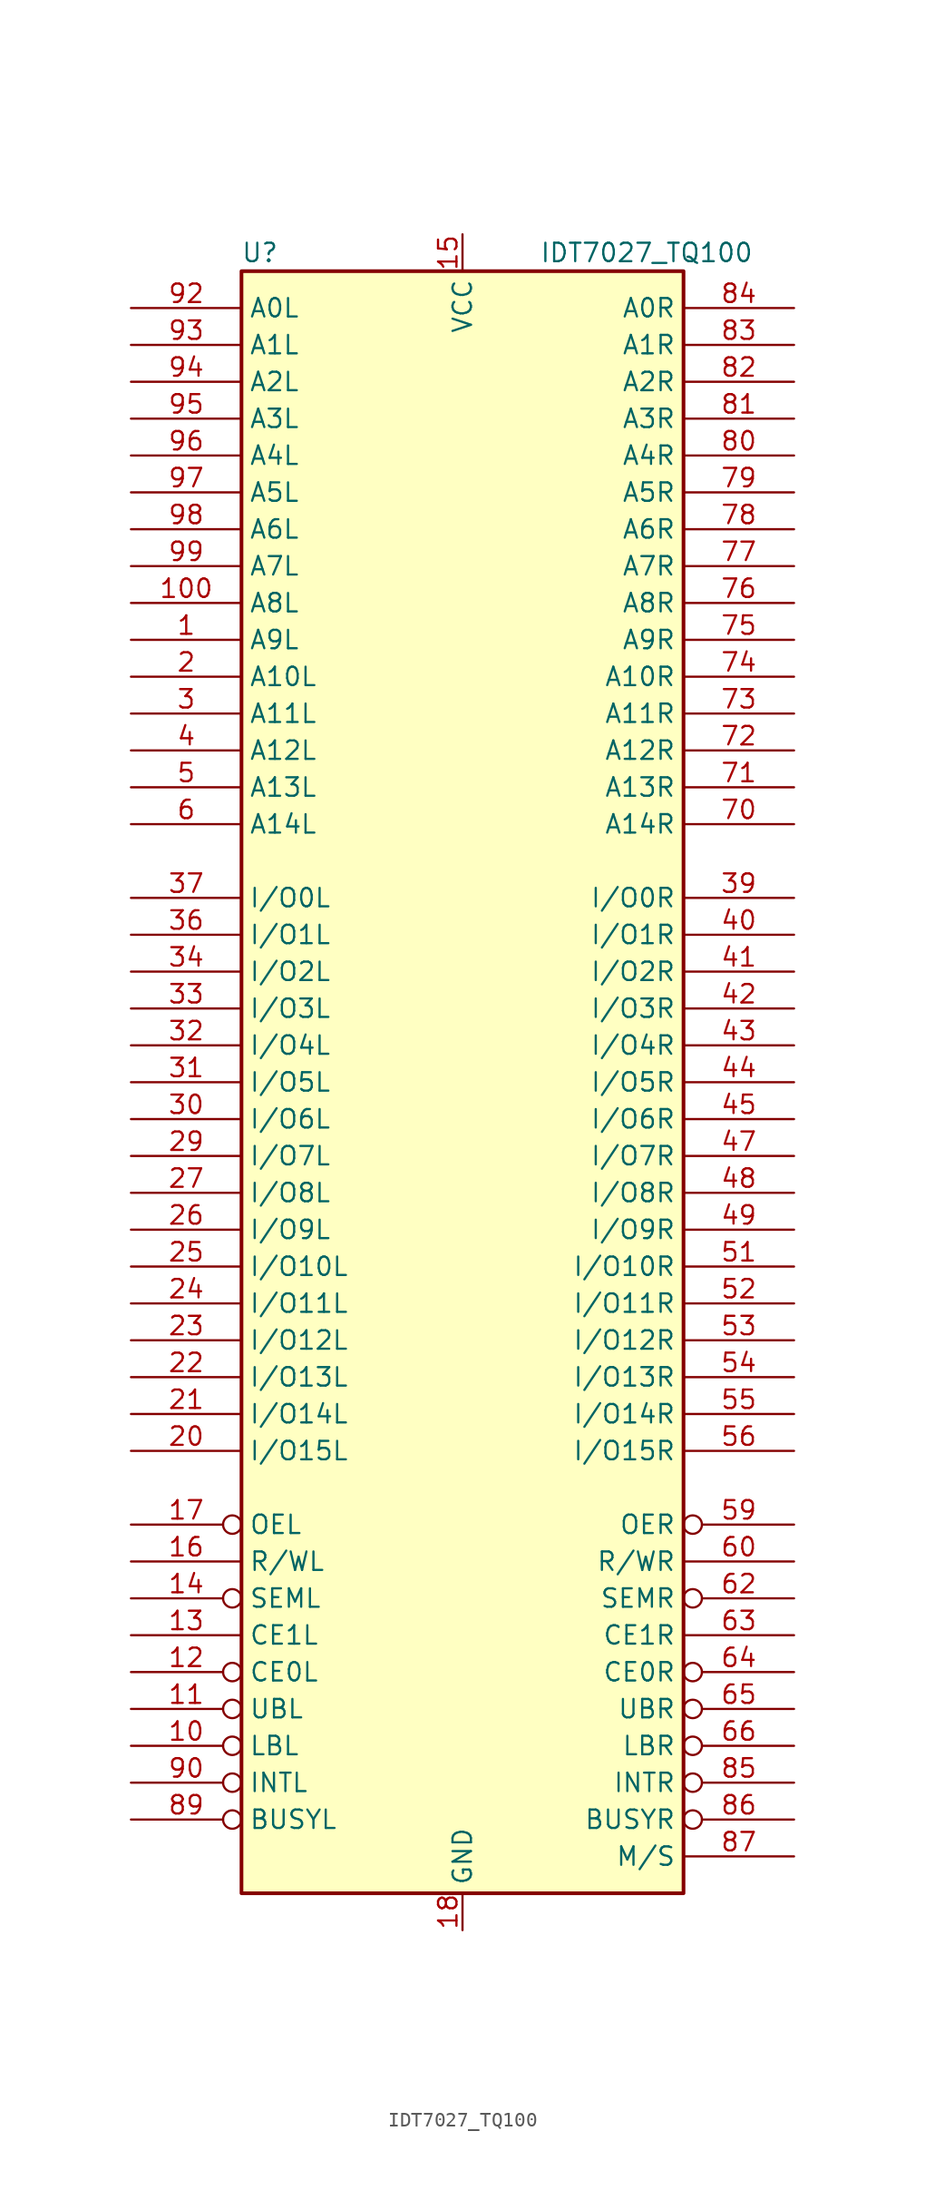
<source format=kicad_sym>
(kicad_symbol_lib
  (version 20220914)
  (generator kicad_symbol_editor)
  (symbol "IDT7027_TQ100"
    (property "Reference" "U"
      (at -13.97 57.15 0)
      (effects (font (size 1.27 1.27))))
    (property "Value" "IDT7027_TQ100"
      (at 12.7 57.15 0)
      (effects (font (size 1.27 1.27))))
    (symbol "IDT7027_TQ100_0_1"
      (rectangle (start -15.24 55.88) (end 15.24 -55.88) (stroke (width 0.254) (type default)) (fill (type background))))
    (symbol "IDT7027_TQ100_1_1"
      (pin input line (at -22.86 30.48 0) (length 7.62) (name "A9L" (effects (font (size 1.27 1.27)))) (number "1" (effects (font (size 1.27 1.27)))))
      (pin input inverted (at -22.86 -45.72 0) (length 7.62) (name "LBL" (effects (font (size 1.27 1.27)))) (number "10" (effects (font (size 1.27 1.27)))))
      (pin input line (at -22.86 33.02 0) (length 7.62) (name "A8L" (effects (font (size 1.27 1.27)))) (number "100" (effects (font (size 1.27 1.27)))))
      (pin input inverted (at -22.86 -43.18 0) (length 7.62) (name "UBL" (effects (font (size 1.27 1.27)))) (number "11" (effects (font (size 1.27 1.27)))))
      (pin input inverted (at -22.86 -40.64 0) (length 7.62) (name "CE0L" (effects (font (size 1.27 1.27)))) (number "12" (effects (font (size 1.27 1.27)))))
      (pin input line (at -22.86 -38.1 0) (length 7.62) (name "CE1L" (effects (font (size 1.27 1.27)))) (number "13" (effects (font (size 1.27 1.27)))))
      (pin input inverted (at -22.86 -35.56 0) (length 7.62) (name "SEML" (effects (font (size 1.27 1.27)))) (number "14" (effects (font (size 1.27 1.27)))))
      (pin power_in line (at 0 58.42 270) (length 2.54) (name "VCC" (effects (font (size 1.27 1.27)))) (number "15" (effects (font (size 1.27 1.27)))))
      (pin input line (at -22.86 -33.02 0) (length 7.62) (name "R/WL" (effects (font (size 1.27 1.27)))) (number "16" (effects (font (size 1.27 1.27)))))
      (pin input inverted (at -22.86 -30.48 0) (length 7.62) (name "OEL" (effects (font (size 1.27 1.27)))) (number "17" (effects (font (size 1.27 1.27)))))
      (pin power_in line (at 0 -58.42 90) (length 2.54) (name "GND" (effects (font (size 1.27 1.27)))) (number "18" (effects (font (size 1.27 1.27)))))
      (pin passive line (at 0 -58.42 90) (length 2.54) hide (name "GND" (effects (font (size 1.27 1.27)))) (number "19" (effects (font (size 1.27 1.27)))))
      (pin input line (at -22.86 27.94 0) (length 7.62) (name "A10L" (effects (font (size 1.27 1.27)))) (number "2" (effects (font (size 1.27 1.27)))))
      (pin bidirectional line (at -22.86 -25.4 0) (length 7.62) (name "I/O15L" (effects (font (size 1.27 1.27)))) (number "20" (effects (font (size 1.27 1.27)))))
      (pin bidirectional line (at -22.86 -22.86 0) (length 7.62) (name "I/O14L" (effects (font (size 1.27 1.27)))) (number "21" (effects (font (size 1.27 1.27)))))
      (pin bidirectional line (at -22.86 -20.32 0) (length 7.62) (name "I/O13L" (effects (font (size 1.27 1.27)))) (number "22" (effects (font (size 1.27 1.27)))))
      (pin bidirectional line (at -22.86 -17.78 0) (length 7.62) (name "I/O12L" (effects (font (size 1.27 1.27)))) (number "23" (effects (font (size 1.27 1.27)))))
      (pin bidirectional line (at -22.86 -15.24 0) (length 7.62) (name "I/O11L" (effects (font (size 1.27 1.27)))) (number "24" (effects (font (size 1.27 1.27)))))
      (pin bidirectional line (at -22.86 -12.7 0) (length 7.62) (name "I/O10L" (effects (font (size 1.27 1.27)))) (number "25" (effects (font (size 1.27 1.27)))))
      (pin bidirectional line (at -22.86 -10.16 0) (length 7.62) (name "I/O9L" (effects (font (size 1.27 1.27)))) (number "26" (effects (font (size 1.27 1.27)))))
      (pin bidirectional line (at -22.86 -7.62 0) (length 7.62) (name "I/O8L" (effects (font (size 1.27 1.27)))) (number "27" (effects (font (size 1.27 1.27)))))
      (pin passive line (at 0 58.42 270) (length 2.54) hide (name "VCC" (effects (font (size 0.762 0.762)))) (number "28" (effects (font (size 0.762 0.762)))))
      (pin bidirectional line (at -22.86 -5.08 0) (length 7.62) (name "I/O7L" (effects (font (size 1.27 1.27)))) (number "29" (effects (font (size 1.27 1.27)))))
      (pin input line (at -22.86 25.4 0) (length 7.62) (name "A11L" (effects (font (size 1.27 1.27)))) (number "3" (effects (font (size 1.27 1.27)))))
      (pin bidirectional line (at -22.86 -2.54 0) (length 7.62) (name "I/O6L" (effects (font (size 1.27 1.27)))) (number "30" (effects (font (size 1.27 1.27)))))
      (pin bidirectional line (at -22.86 0 0) (length 7.62) (name "I/O5L" (effects (font (size 1.27 1.27)))) (number "31" (effects (font (size 1.27 1.27)))))
      (pin bidirectional line (at -22.86 2.54 0) (length 7.62) (name "I/O4L" (effects (font (size 1.27 1.27)))) (number "32" (effects (font (size 1.27 1.27)))))
      (pin bidirectional line (at -22.86 5.08 0) (length 7.62) (name "I/O3L" (effects (font (size 1.27 1.27)))) (number "33" (effects (font (size 1.27 1.27)))))
      (pin bidirectional line (at -22.86 7.62 0) (length 7.62) (name "I/O2L" (effects (font (size 1.27 1.27)))) (number "34" (effects (font (size 1.27 1.27)))))
      (pin passive line (at 0 -58.42 90) (length 2.54) hide (name "GND" (effects (font (size 0.762 0.762)))) (number "35" (effects (font (size 0.762 0.762)))))
      (pin bidirectional line (at -22.86 10.16 0) (length 7.62) (name "I/O1L" (effects (font (size 1.27 1.27)))) (number "36" (effects (font (size 1.27 1.27)))))
      (pin bidirectional line (at -22.86 12.7 0) (length 7.62) (name "I/O0L" (effects (font (size 1.27 1.27)))) (number "37" (effects (font (size 1.27 1.27)))))
      (pin passive line (at 0 -58.42 90) (length 2.54) hide (name "GND" (effects (font (size 0.762 0.762)))) (number "38" (effects (font (size 0.762 0.762)))))
      (pin bidirectional line (at 22.86 12.7 180) (length 7.62) (name "I/O0R" (effects (font (size 1.27 1.27)))) (number "39" (effects (font (size 1.27 1.27)))))
      (pin input line (at -22.86 22.86 0) (length 7.62) (name "A12L" (effects (font (size 1.27 1.27)))) (number "4" (effects (font (size 1.27 1.27)))))
      (pin bidirectional line (at 22.86 10.16 180) (length 7.62) (name "I/O1R" (effects (font (size 1.27 1.27)))) (number "40" (effects (font (size 1.27 1.27)))))
      (pin bidirectional line (at 22.86 7.62 180) (length 7.62) (name "I/O2R" (effects (font (size 1.27 1.27)))) (number "41" (effects (font (size 1.27 1.27)))))
      (pin bidirectional line (at 22.86 5.08 180) (length 7.62) (name "I/O3R" (effects (font (size 1.27 1.27)))) (number "42" (effects (font (size 1.27 1.27)))))
      (pin bidirectional line (at 22.86 2.54 180) (length 7.62) (name "I/O4R" (effects (font (size 1.27 1.27)))) (number "43" (effects (font (size 1.27 1.27)))))
      (pin bidirectional line (at 22.86 0 180) (length 7.62) (name "I/O5R" (effects (font (size 1.27 1.27)))) (number "44" (effects (font (size 1.27 1.27)))))
      (pin bidirectional line (at 22.86 -2.54 180) (length 7.62) (name "I/O6R" (effects (font (size 1.27 1.27)))) (number "45" (effects (font (size 1.27 1.27)))))
      (pin passive line (at 0 58.42 270) (length 2.54) hide (name "VCC" (effects (font (size 0.762 0.762)))) (number "46" (effects (font (size 0.762 0.762)))))
      (pin bidirectional line (at 22.86 -5.08 180) (length 7.62) (name "I/O7R" (effects (font (size 1.27 1.27)))) (number "47" (effects (font (size 1.27 1.27)))))
      (pin bidirectional line (at 22.86 -7.62 180) (length 7.62) (name "I/O8R" (effects (font (size 1.27 1.27)))) (number "48" (effects (font (size 1.27 1.27)))))
      (pin bidirectional line (at 22.86 -10.16 180) (length 7.62) (name "I/O9R" (effects (font (size 1.27 1.27)))) (number "49" (effects (font (size 1.27 1.27)))))
      (pin input line (at -22.86 20.32 0) (length 7.62) (name "A13L" (effects (font (size 1.27 1.27)))) (number "5" (effects (font (size 1.27 1.27)))))
      (pin bidirectional line (at 22.86 -12.7 180) (length 7.62) (name "I/O10R" (effects (font (size 1.27 1.27)))) (number "51" (effects (font (size 1.27 1.27)))))
      (pin bidirectional line (at 22.86 -15.24 180) (length 7.62) (name "I/O11R" (effects (font (size 1.27 1.27)))) (number "52" (effects (font (size 1.27 1.27)))))
      (pin bidirectional line (at 22.86 -17.78 180) (length 7.62) (name "I/O12R" (effects (font (size 1.27 1.27)))) (number "53" (effects (font (size 1.27 1.27)))))
      (pin bidirectional line (at 22.86 -20.32 180) (length 7.62) (name "I/O13R" (effects (font (size 1.27 1.27)))) (number "54" (effects (font (size 1.27 1.27)))))
      (pin bidirectional line (at 22.86 -22.86 180) (length 7.62) (name "I/O14R" (effects (font (size 1.27 1.27)))) (number "55" (effects (font (size 1.27 1.27)))))
      (pin bidirectional line (at 22.86 -25.4 180) (length 7.62) (name "I/O15R" (effects (font (size 1.27 1.27)))) (number "56" (effects (font (size 1.27 1.27)))))
      (pin passive line (at 0 -58.42 90) (length 2.54) hide (name "GND" (effects (font (size 0.762 0.762)))) (number "57" (effects (font (size 0.762 0.762)))))
      (pin passive line (at 0 -58.42 90) (length 2.54) hide (name "GND" (effects (font (size 0.762 0.762)))) (number "58" (effects (font (size 0.762 0.762)))))
      (pin input inverted (at 22.86 -30.48 180) (length 7.62) (name "OER" (effects (font (size 1.27 1.27)))) (number "59" (effects (font (size 1.27 1.27)))))
      (pin input line (at -22.86 17.78 0) (length 7.62) (name "A14L" (effects (font (size 1.27 1.27)))) (number "6" (effects (font (size 1.27 1.27)))))
      (pin input line (at 22.86 -33.02 180) (length 7.62) (name "R/WR" (effects (font (size 1.27 1.27)))) (number "60" (effects (font (size 1.27 1.27)))))
      (pin passive line (at 0 -58.42 90) (length 2.54) hide (name "GND" (effects (font (size 0.762 0.762)))) (number "61" (effects (font (size 0.762 0.762)))))
      (pin input inverted (at 22.86 -35.56 180) (length 7.62) (name "SEMR" (effects (font (size 1.27 1.27)))) (number "62" (effects (font (size 1.27 1.27)))))
      (pin input line (at 22.86 -38.1 180) (length 7.62) (name "CE1R" (effects (font (size 1.27 1.27)))) (number "63" (effects (font (size 1.27 1.27)))))
      (pin input inverted (at 22.86 -40.64 180) (length 7.62) (name "CE0R" (effects (font (size 1.27 1.27)))) (number "64" (effects (font (size 1.27 1.27)))))
      (pin input inverted (at 22.86 -43.18 180) (length 7.62) (name "UBR" (effects (font (size 1.27 1.27)))) (number "65" (effects (font (size 1.27 1.27)))))
      (pin input inverted (at 22.86 -45.72 180) (length 7.62) (name "LBR" (effects (font (size 1.27 1.27)))) (number "66" (effects (font (size 1.27 1.27)))))
      (pin input line (at 22.86 17.78 180) (length 7.62) (name "A14R" (effects (font (size 1.27 1.27)))) (number "70" (effects (font (size 1.27 1.27)))))
      (pin input line (at 22.86 20.32 180) (length 7.62) (name "A13R" (effects (font (size 1.27 1.27)))) (number "71" (effects (font (size 1.27 1.27)))))
      (pin input line (at 22.86 22.86 180) (length 7.62) (name "A12R" (effects (font (size 1.27 1.27)))) (number "72" (effects (font (size 1.27 1.27)))))
      (pin input line (at 22.86 25.4 180) (length 7.62) (name "A11R" (effects (font (size 1.27 1.27)))) (number "73" (effects (font (size 1.27 1.27)))))
      (pin input line (at 22.86 27.94 180) (length 7.62) (name "A10R" (effects (font (size 1.27 1.27)))) (number "74" (effects (font (size 1.27 1.27)))))
      (pin input line (at 22.86 30.48 180) (length 7.62) (name "A9R" (effects (font (size 1.27 1.27)))) (number "75" (effects (font (size 1.27 1.27)))))
      (pin input line (at 22.86 33.02 180) (length 7.62) (name "A8R" (effects (font (size 1.27 1.27)))) (number "76" (effects (font (size 1.27 1.27)))))
      (pin input line (at 22.86 35.56 180) (length 7.62) (name "A7R" (effects (font (size 1.27 1.27)))) (number "77" (effects (font (size 1.27 1.27)))))
      (pin input line (at 22.86 38.1 180) (length 7.62) (name "A6R" (effects (font (size 1.27 1.27)))) (number "78" (effects (font (size 1.27 1.27)))))
      (pin input line (at 22.86 40.64 180) (length 7.62) (name "A5R" (effects (font (size 1.27 1.27)))) (number "79" (effects (font (size 1.27 1.27)))))
      (pin input line (at 22.86 43.18 180) (length 7.62) (name "A4R" (effects (font (size 1.27 1.27)))) (number "80" (effects (font (size 1.27 1.27)))))
      (pin input line (at 22.86 45.72 180) (length 7.62) (name "A3R" (effects (font (size 1.27 1.27)))) (number "81" (effects (font (size 1.27 1.27)))))
      (pin input line (at 22.86 48.26 180) (length 7.62) (name "A2R" (effects (font (size 1.27 1.27)))) (number "82" (effects (font (size 1.27 1.27)))))
      (pin input line (at 22.86 50.8 180) (length 7.62) (name "A1R" (effects (font (size 1.27 1.27)))) (number "83" (effects (font (size 1.27 1.27)))))
      (pin input line (at 22.86 53.34 180) (length 7.62) (name "A0R" (effects (font (size 1.27 1.27)))) (number "84" (effects (font (size 1.27 1.27)))))
      (pin output inverted (at 22.86 -48.26 180) (length 7.62) (name "INTR" (effects (font (size 1.27 1.27)))) (number "85" (effects (font (size 1.27 1.27)))))
      (pin bidirectional inverted (at 22.86 -50.8 180) (length 7.62) (name "BUSYR" (effects (font (size 1.27 1.27)))) (number "86" (effects (font (size 1.27 1.27)))))
      (pin input line (at 22.86 -53.34 180) (length 7.62) (name "M/S" (effects (font (size 1.27 1.27)))) (number "87" (effects (font (size 1.27 1.27)))))
      (pin passive line (at 0 -58.42 90) (length 2.54) hide (name "GND" (effects (font (size 0.762 0.762)))) (number "88" (effects (font (size 0.762 0.762)))))
      (pin bidirectional inverted (at -22.86 -50.8 0) (length 7.62) (name "BUSYL" (effects (font (size 1.27 1.27)))) (number "89" (effects (font (size 1.27 1.27)))))
      (pin output inverted (at -22.86 -48.26 0) (length 7.62) (name "INTL" (effects (font (size 1.27 1.27)))) (number "90" (effects (font (size 1.27 1.27)))))
      (pin input line (at -22.86 53.34 0) (length 7.62) (name "A0L" (effects (font (size 1.27 1.27)))) (number "92" (effects (font (size 1.27 1.27)))))
      (pin input line (at -22.86 50.8 0) (length 7.62) (name "A1L" (effects (font (size 1.27 1.27)))) (number "93" (effects (font (size 1.27 1.27)))))
      (pin input line (at -22.86 48.26 0) (length 7.62) (name "A2L" (effects (font (size 1.27 1.27)))) (number "94" (effects (font (size 1.27 1.27)))))
      (pin input line (at -22.86 45.72 0) (length 7.62) (name "A3L" (effects (font (size 1.27 1.27)))) (number "95" (effects (font (size 1.27 1.27)))))
      (pin input line (at -22.86 43.18 0) (length 7.62) (name "A4L" (effects (font (size 1.27 1.27)))) (number "96" (effects (font (size 1.27 1.27)))))
      (pin input line (at -22.86 40.64 0) (length 7.62) (name "A5L" (effects (font (size 1.27 1.27)))) (number "97" (effects (font (size 1.27 1.27)))))
      (pin input line (at -22.86 38.1 0) (length 7.62) (name "A6L" (effects (font (size 1.27 1.27)))) (number "98" (effects (font (size 1.27 1.27)))))
      (pin input line (at -22.86 35.56 0) (length 7.62) (name "A7L" (effects (font (size 1.27 1.27)))) (number "99" (effects (font (size 1.27 1.27))))))))
</source>
